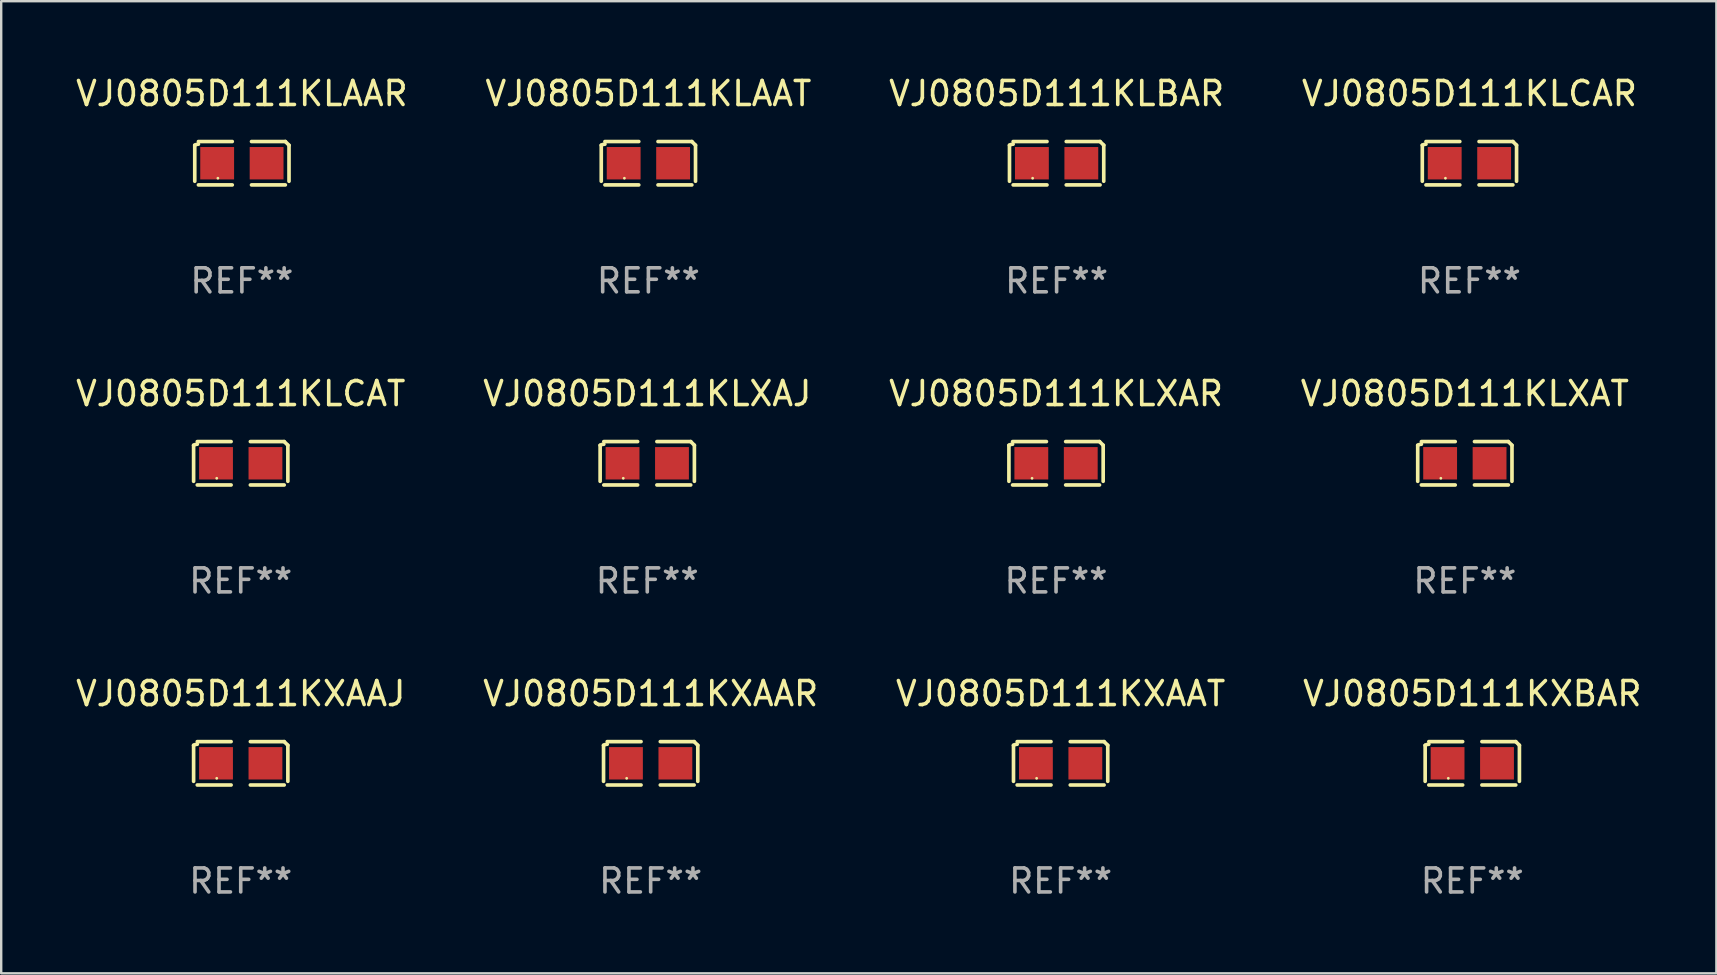
<source format=kicad_pcb>
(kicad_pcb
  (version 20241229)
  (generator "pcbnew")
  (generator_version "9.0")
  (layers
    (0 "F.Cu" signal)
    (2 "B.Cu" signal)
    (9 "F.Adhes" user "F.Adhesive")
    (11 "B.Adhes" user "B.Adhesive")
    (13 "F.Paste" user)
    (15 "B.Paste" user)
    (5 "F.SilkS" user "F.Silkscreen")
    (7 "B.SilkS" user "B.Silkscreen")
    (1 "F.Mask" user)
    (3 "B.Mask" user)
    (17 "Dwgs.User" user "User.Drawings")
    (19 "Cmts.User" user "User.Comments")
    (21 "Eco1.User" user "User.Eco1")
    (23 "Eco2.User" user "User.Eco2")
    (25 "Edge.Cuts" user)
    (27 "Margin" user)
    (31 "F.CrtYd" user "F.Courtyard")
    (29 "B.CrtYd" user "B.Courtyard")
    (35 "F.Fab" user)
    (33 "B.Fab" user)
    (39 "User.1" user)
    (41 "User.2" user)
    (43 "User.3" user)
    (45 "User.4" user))
  (footprint "VJ0805D111KXBAR"
    (layer "F.Cu")
    (at 58.304 28.759)
    (property "Reference" "VJ0805D111KXBAR" (at 0 -2.904 0) (layer "F.SilkS") (effects (font (size 1 1) (thickness 0.15))))
    (attr through_hole)
    (fp_line (start -1.964 0.751) (end -1.964 -0.751) (stroke (width 0.152) (type solid)) (layer "F.SilkS"))
    (fp_line (start -1.811 -0.904) (end -0.401 -0.904) (stroke (width 0.152) (type solid)) (layer "F.SilkS"))
    (fp_line (start -0.401 0.904) (end -1.811 0.904) (stroke (width 0.152) (type solid)) (layer "F.SilkS"))
    (fp_line (start 0.401 0.904) (end 1.811 0.904) (stroke (width 0.152) (type solid)) (layer "F.SilkS"))
    (fp_line (start 1.811 -0.904) (end 0.401 -0.904) (stroke (width 0.152) (type solid)) (layer "F.SilkS"))
    (fp_line (start 1.964 0.751) (end 1.964 -0.751) (stroke (width 0.152) (type solid)) (layer "F.SilkS"))
    (fp_arc (start -1.963602 -0.751207) (mid -1.890354 -0.783131) (end -1.811201 -0.794044) (stroke (width 0.1524) (type solid)) (layer "F.SilkS"))
    (fp_arc (start 1.811202 -0.903607) (mid 1.887413 -0.827418) (end 1.963602 -0.751207) (stroke (width 0.1524) (type solid)) (layer "F.SilkS"))
    (fp_circle (center -1 0.625) (end -0.97 0.625) (stroke (width 0.06) (type solid)) (fill no) (layer "F.SilkS"))
    (fp_text user "REF**" (at 0 4.904 0) (layer "F.Fab") (effects (font (size 1 1) (thickness 0.15))))
    (pad "1" smd rect (at -1.03 0) (size 1.41 1.35) (layers "F.Cu" "F.Mask" "F.Paste"))
    (pad "2" smd rect (at 1.03 0) (size 1.41 1.35) (layers "F.Cu" "F.Mask" "F.Paste")))
  (footprint "VJ0805D111KLXAR"
    (layer "F.Cu")
    (at 40.958 16.256)
    (property "Reference" "VJ0805D111KLXAR" (at 0 -2.904 0) (layer "F.SilkS") (effects (font (size 1 1) (thickness 0.15))))
    (attr through_hole)
    (fp_line (start -1.964 0.751) (end -1.964 -0.751) (stroke (width 0.152) (type solid)) (layer "F.SilkS"))
    (fp_line (start -1.811 -0.904) (end -0.401 -0.904) (stroke (width 0.152) (type solid)) (layer "F.SilkS"))
    (fp_line (start -0.401 0.904) (end -1.811 0.904) (stroke (width 0.152) (type solid)) (layer "F.SilkS"))
    (fp_line (start 0.401 0.904) (end 1.811 0.904) (stroke (width 0.152) (type solid)) (layer "F.SilkS"))
    (fp_line (start 1.811 -0.904) (end 0.401 -0.904) (stroke (width 0.152) (type solid)) (layer "F.SilkS"))
    (fp_line (start 1.964 0.751) (end 1.964 -0.751) (stroke (width 0.152) (type solid)) (layer "F.SilkS"))
    (fp_arc (start -1.963602 -0.751207) (mid -1.890354 -0.783131) (end -1.811201 -0.794044) (stroke (width 0.1524) (type solid)) (layer "F.SilkS"))
    (fp_arc (start 1.811202 -0.903607) (mid 1.887413 -0.827418) (end 1.963602 -0.751207) (stroke (width 0.1524) (type solid)) (layer "F.SilkS"))
    (fp_circle (center -1 0.625) (end -0.97 0.625) (stroke (width 0.06) (type solid)) (fill no) (layer "F.SilkS"))
    (fp_text user "REF**" (at 0 4.904 0) (layer "F.Fab") (effects (font (size 1 1) (thickness 0.15))))
    (pad "1" smd rect (at -1.03 0) (size 1.41 1.35) (layers "F.Cu" "F.Mask" "F.Paste"))
    (pad "2" smd rect (at 1.03 0) (size 1.41 1.35) (layers "F.Cu" "F.Mask" "F.Paste")))
  (footprint "VJ0805D111KXAAT"
    (layer "F.Cu")
    (at 41.149 28.759)
    (property "Reference" "VJ0805D111KXAAT" (at 0 -2.904 0) (layer "F.SilkS") (effects (font (size 1 1) (thickness 0.15))))
    (attr through_hole)
    (fp_line (start -1.964 0.751) (end -1.964 -0.751) (stroke (width 0.152) (type solid)) (layer "F.SilkS"))
    (fp_line (start -1.811 -0.904) (end -0.401 -0.904) (stroke (width 0.152) (type solid)) (layer "F.SilkS"))
    (fp_line (start -0.401 0.904) (end -1.811 0.904) (stroke (width 0.152) (type solid)) (layer "F.SilkS"))
    (fp_line (start 0.401 0.904) (end 1.811 0.904) (stroke (width 0.152) (type solid)) (layer "F.SilkS"))
    (fp_line (start 1.811 -0.904) (end 0.401 -0.904) (stroke (width 0.152) (type solid)) (layer "F.SilkS"))
    (fp_line (start 1.964 0.751) (end 1.964 -0.751) (stroke (width 0.152) (type solid)) (layer "F.SilkS"))
    (fp_arc (start -1.963602 -0.751207) (mid -1.890354 -0.783131) (end -1.811201 -0.794044) (stroke (width 0.1524) (type solid)) (layer "F.SilkS"))
    (fp_arc (start 1.811202 -0.903607) (mid 1.887413 -0.827418) (end 1.963602 -0.751207) (stroke (width 0.1524) (type solid)) (layer "F.SilkS"))
    (fp_circle (center -1 0.625) (end -0.97 0.625) (stroke (width 0.06) (type solid)) (fill no) (layer "F.SilkS"))
    (fp_text user "REF**" (at 0 4.904 0) (layer "F.Fab") (effects (font (size 1 1) (thickness 0.15))))
    (pad "1" smd rect (at -1.03 0) (size 1.41 1.35) (layers "F.Cu" "F.Mask" "F.Paste"))
    (pad "2" smd rect (at 1.03 0) (size 1.41 1.35) (layers "F.Cu" "F.Mask" "F.Paste")))
  (footprint "VJ0805D111KLXAT"
    (layer "F.Cu")
    (at 57.994 16.256)
    (property "Reference" "VJ0805D111KLXAT" (at 0 -2.904 0) (layer "F.SilkS") (effects (font (size 1 1) (thickness 0.15))))
    (attr through_hole)
    (fp_line (start -1.964 0.751) (end -1.964 -0.751) (stroke (width 0.152) (type solid)) (layer "F.SilkS"))
    (fp_line (start -1.811 -0.904) (end -0.401 -0.904) (stroke (width 0.152) (type solid)) (layer "F.SilkS"))
    (fp_line (start -0.401 0.904) (end -1.811 0.904) (stroke (width 0.152) (type solid)) (layer "F.SilkS"))
    (fp_line (start 0.401 0.904) (end 1.811 0.904) (stroke (width 0.152) (type solid)) (layer "F.SilkS"))
    (fp_line (start 1.811 -0.904) (end 0.401 -0.904) (stroke (width 0.152) (type solid)) (layer "F.SilkS"))
    (fp_line (start 1.964 0.751) (end 1.964 -0.751) (stroke (width 0.152) (type solid)) (layer "F.SilkS"))
    (fp_arc (start -1.963602 -0.751207) (mid -1.890354 -0.783131) (end -1.811201 -0.794044) (stroke (width 0.1524) (type solid)) (layer "F.SilkS"))
    (fp_arc (start 1.811202 -0.903607) (mid 1.887413 -0.827418) (end 1.963602 -0.751207) (stroke (width 0.1524) (type solid)) (layer "F.SilkS"))
    (fp_circle (center -1 0.625) (end -0.97 0.625) (stroke (width 0.06) (type solid)) (fill no) (layer "F.SilkS"))
    (fp_text user "REF**" (at 0 4.904 0) (layer "F.Fab") (effects (font (size 1 1) (thickness 0.15))))
    (pad "1" smd rect (at -1.03 0) (size 1.41 1.35) (layers "F.Cu" "F.Mask" "F.Paste"))
    (pad "2" smd rect (at 1.03 0) (size 1.41 1.35) (layers "F.Cu" "F.Mask" "F.Paste")))
  (footprint "VJ0805D111KLAAR"
    (layer "F.Cu")
    (at 7.03 3.752)
    (property "Reference" "VJ0805D111KLAAR" (at 0 -2.904 0) (layer "F.SilkS") (effects (font (size 1 1) (thickness 0.15))))
    (attr through_hole)
    (fp_line (start -1.964 0.751) (end -1.964 -0.751) (stroke (width 0.152) (type solid)) (layer "F.SilkS"))
    (fp_line (start -1.811 -0.904) (end -0.401 -0.904) (stroke (width 0.152) (type solid)) (layer "F.SilkS"))
    (fp_line (start -0.401 0.904) (end -1.811 0.904) (stroke (width 0.152) (type solid)) (layer "F.SilkS"))
    (fp_line (start 0.401 0.904) (end 1.811 0.904) (stroke (width 0.152) (type solid)) (layer "F.SilkS"))
    (fp_line (start 1.811 -0.904) (end 0.401 -0.904) (stroke (width 0.152) (type solid)) (layer "F.SilkS"))
    (fp_line (start 1.964 0.751) (end 1.964 -0.751) (stroke (width 0.152) (type solid)) (layer "F.SilkS"))
    (fp_arc (start -1.963602 -0.751207) (mid -1.890354 -0.783131) (end -1.811201 -0.794044) (stroke (width 0.1524) (type solid)) (layer "F.SilkS"))
    (fp_arc (start 1.811202 -0.903607) (mid 1.887413 -0.827418) (end 1.963602 -0.751207) (stroke (width 0.1524) (type solid)) (layer "F.SilkS"))
    (fp_circle (center -1 0.625) (end -0.97 0.625) (stroke (width 0.06) (type solid)) (fill no) (layer "F.SilkS"))
    (fp_text user "REF**" (at 0 4.904 0) (layer "F.Fab") (effects (font (size 1 1) (thickness 0.15))))
    (pad "1" smd rect (at -1.03 0) (size 1.41 1.35) (layers "F.Cu" "F.Mask" "F.Paste"))
    (pad "2" smd rect (at 1.03 0) (size 1.41 1.35) (layers "F.Cu" "F.Mask" "F.Paste")))
  (footprint "VJ0805D111KXAAJ"
    (layer "F.Cu")
    (at 6.982 28.759)
    (property "Reference" "VJ0805D111KXAAJ" (at 0 -2.904 0) (layer "F.SilkS") (effects (font (size 1 1) (thickness 0.15))))
    (attr through_hole)
    (fp_line (start -1.964 0.751) (end -1.964 -0.751) (stroke (width 0.152) (type solid)) (layer "F.SilkS"))
    (fp_line (start -1.811 -0.904) (end -0.401 -0.904) (stroke (width 0.152) (type solid)) (layer "F.SilkS"))
    (fp_line (start -0.401 0.904) (end -1.811 0.904) (stroke (width 0.152) (type solid)) (layer "F.SilkS"))
    (fp_line (start 0.401 0.904) (end 1.811 0.904) (stroke (width 0.152) (type solid)) (layer "F.SilkS"))
    (fp_line (start 1.811 -0.904) (end 0.401 -0.904) (stroke (width 0.152) (type solid)) (layer "F.SilkS"))
    (fp_line (start 1.964 0.751) (end 1.964 -0.751) (stroke (width 0.152) (type solid)) (layer "F.SilkS"))
    (fp_arc (start -1.963602 -0.751207) (mid -1.890354 -0.783131) (end -1.811201 -0.794044) (stroke (width 0.1524) (type solid)) (layer "F.SilkS"))
    (fp_arc (start 1.811202 -0.903607) (mid 1.887413 -0.827418) (end 1.963602 -0.751207) (stroke (width 0.1524) (type solid)) (layer "F.SilkS"))
    (fp_circle (center -1 0.625) (end -0.97 0.625) (stroke (width 0.06) (type solid)) (fill no) (layer "F.SilkS"))
    (fp_text user "REF**" (at 0 4.904 0) (layer "F.Fab") (effects (font (size 1 1) (thickness 0.15))))
    (pad "1" smd rect (at -1.03 0) (size 1.41 1.35) (layers "F.Cu" "F.Mask" "F.Paste"))
    (pad "2" smd rect (at 1.03 0) (size 1.41 1.35) (layers "F.Cu" "F.Mask" "F.Paste")))
  (footprint "VJ0805D111KLAAT"
    (layer "F.Cu")
    (at 23.97 3.752)
    (property "Reference" "VJ0805D111KLAAT" (at 0 -2.904 0) (layer "F.SilkS") (effects (font (size 1 1) (thickness 0.15))))
    (attr through_hole)
    (fp_line (start -1.964 0.751) (end -1.964 -0.751) (stroke (width 0.152) (type solid)) (layer "F.SilkS"))
    (fp_line (start -1.811 -0.904) (end -0.401 -0.904) (stroke (width 0.152) (type solid)) (layer "F.SilkS"))
    (fp_line (start -0.401 0.904) (end -1.811 0.904) (stroke (width 0.152) (type solid)) (layer "F.SilkS"))
    (fp_line (start 0.401 0.904) (end 1.811 0.904) (stroke (width 0.152) (type solid)) (layer "F.SilkS"))
    (fp_line (start 1.811 -0.904) (end 0.401 -0.904) (stroke (width 0.152) (type solid)) (layer "F.SilkS"))
    (fp_line (start 1.964 0.751) (end 1.964 -0.751) (stroke (width 0.152) (type solid)) (layer "F.SilkS"))
    (fp_arc (start -1.963602 -0.751207) (mid -1.890354 -0.783131) (end -1.811201 -0.794044) (stroke (width 0.1524) (type solid)) (layer "F.SilkS"))
    (fp_arc (start 1.811202 -0.903607) (mid 1.887413 -0.827418) (end 1.963602 -0.751207) (stroke (width 0.1524) (type solid)) (layer "F.SilkS"))
    (fp_circle (center -1 0.625) (end -0.97 0.625) (stroke (width 0.06) (type solid)) (fill no) (layer "F.SilkS"))
    (fp_text user "REF**" (at 0 4.904 0) (layer "F.Fab") (effects (font (size 1 1) (thickness 0.15))))
    (pad "1" smd rect (at -1.03 0) (size 1.41 1.35) (layers "F.Cu" "F.Mask" "F.Paste"))
    (pad "2" smd rect (at 1.03 0) (size 1.41 1.35) (layers "F.Cu" "F.Mask" "F.Paste")))
  (footprint "VJ0805D111KLCAT"
    (layer "F.Cu")
    (at 6.982 16.256)
    (property "Reference" "VJ0805D111KLCAT" (at 0 -2.904 0) (layer "F.SilkS") (effects (font (size 1 1) (thickness 0.15))))
    (attr through_hole)
    (fp_line (start -1.964 0.751) (end -1.964 -0.751) (stroke (width 0.152) (type solid)) (layer "F.SilkS"))
    (fp_line (start -1.811 -0.904) (end -0.401 -0.904) (stroke (width 0.152) (type solid)) (layer "F.SilkS"))
    (fp_line (start -0.401 0.904) (end -1.811 0.904) (stroke (width 0.152) (type solid)) (layer "F.SilkS"))
    (fp_line (start 0.401 0.904) (end 1.811 0.904) (stroke (width 0.152) (type solid)) (layer "F.SilkS"))
    (fp_line (start 1.811 -0.904) (end 0.401 -0.904) (stroke (width 0.152) (type solid)) (layer "F.SilkS"))
    (fp_line (start 1.964 0.751) (end 1.964 -0.751) (stroke (width 0.152) (type solid)) (layer "F.SilkS"))
    (fp_arc (start -1.963602 -0.751207) (mid -1.890354 -0.783131) (end -1.811201 -0.794044) (stroke (width 0.1524) (type solid)) (layer "F.SilkS"))
    (fp_arc (start 1.811202 -0.903607) (mid 1.887413 -0.827418) (end 1.963602 -0.751207) (stroke (width 0.1524) (type solid)) (layer "F.SilkS"))
    (fp_circle (center -1 0.625) (end -0.97 0.625) (stroke (width 0.06) (type solid)) (fill no) (layer "F.SilkS"))
    (fp_text user "REF**" (at 0 4.904 0) (layer "F.Fab") (effects (font (size 1 1) (thickness 0.15))))
    (pad "1" smd rect (at -1.03 0) (size 1.41 1.35) (layers "F.Cu" "F.Mask" "F.Paste"))
    (pad "2" smd rect (at 1.03 0) (size 1.41 1.35) (layers "F.Cu" "F.Mask" "F.Paste")))
  (footprint "VJ0805D111KLCAR"
    (layer "F.Cu")
    (at 58.185 3.752)
    (property "Reference" "VJ0805D111KLCAR" (at 0 -2.904 0) (layer "F.SilkS") (effects (font (size 1 1) (thickness 0.15))))
    (attr through_hole)
    (fp_line (start -1.964 0.751) (end -1.964 -0.751) (stroke (width 0.152) (type solid)) (layer "F.SilkS"))
    (fp_line (start -1.811 -0.904) (end -0.401 -0.904) (stroke (width 0.152) (type solid)) (layer "F.SilkS"))
    (fp_line (start -0.401 0.904) (end -1.811 0.904) (stroke (width 0.152) (type solid)) (layer "F.SilkS"))
    (fp_line (start 0.401 0.904) (end 1.811 0.904) (stroke (width 0.152) (type solid)) (layer "F.SilkS"))
    (fp_line (start 1.811 -0.904) (end 0.401 -0.904) (stroke (width 0.152) (type solid)) (layer "F.SilkS"))
    (fp_line (start 1.964 0.751) (end 1.964 -0.751) (stroke (width 0.152) (type solid)) (layer "F.SilkS"))
    (fp_arc (start -1.963602 -0.751207) (mid -1.890354 -0.783131) (end -1.811201 -0.794044) (stroke (width 0.1524) (type solid)) (layer "F.SilkS"))
    (fp_arc (start 1.811202 -0.903607) (mid 1.887413 -0.827418) (end 1.963602 -0.751207) (stroke (width 0.1524) (type solid)) (layer "F.SilkS"))
    (fp_circle (center -1 0.625) (end -0.97 0.625) (stroke (width 0.06) (type solid)) (fill no) (layer "F.SilkS"))
    (fp_text user "REF**" (at 0 4.904 0) (layer "F.Fab") (effects (font (size 1 1) (thickness 0.15))))
    (pad "1" smd rect (at -1.03 0) (size 1.41 1.35) (layers "F.Cu" "F.Mask" "F.Paste"))
    (pad "2" smd rect (at 1.03 0) (size 1.41 1.35) (layers "F.Cu" "F.Mask" "F.Paste")))
  (footprint "VJ0805D111KXAAR"
    (layer "F.Cu")
    (at 24.065 28.759)
    (property "Reference" "VJ0805D111KXAAR" (at 0 -2.904 0) (layer "F.SilkS") (effects (font (size 1 1) (thickness 0.15))))
    (attr through_hole)
    (fp_line (start -1.964 0.751) (end -1.964 -0.751) (stroke (width 0.152) (type solid)) (layer "F.SilkS"))
    (fp_line (start -1.811 -0.904) (end -0.401 -0.904) (stroke (width 0.152) (type solid)) (layer "F.SilkS"))
    (fp_line (start -0.401 0.904) (end -1.811 0.904) (stroke (width 0.152) (type solid)) (layer "F.SilkS"))
    (fp_line (start 0.401 0.904) (end 1.811 0.904) (stroke (width 0.152) (type solid)) (layer "F.SilkS"))
    (fp_line (start 1.811 -0.904) (end 0.401 -0.904) (stroke (width 0.152) (type solid)) (layer "F.SilkS"))
    (fp_line (start 1.964 0.751) (end 1.964 -0.751) (stroke (width 0.152) (type solid)) (layer "F.SilkS"))
    (fp_arc (start -1.963602 -0.751207) (mid -1.890354 -0.783131) (end -1.811201 -0.794044) (stroke (width 0.1524) (type solid)) (layer "F.SilkS"))
    (fp_arc (start 1.811202 -0.903607) (mid 1.887413 -0.827418) (end 1.963602 -0.751207) (stroke (width 0.1524) (type solid)) (layer "F.SilkS"))
    (fp_circle (center -1 0.625) (end -0.97 0.625) (stroke (width 0.06) (type solid)) (fill no) (layer "F.SilkS"))
    (fp_text user "REF**" (at 0 4.904 0) (layer "F.Fab") (effects (font (size 1 1) (thickness 0.15))))
    (pad "1" smd rect (at -1.03 0) (size 1.41 1.35) (layers "F.Cu" "F.Mask" "F.Paste"))
    (pad "2" smd rect (at 1.03 0) (size 1.41 1.35) (layers "F.Cu" "F.Mask" "F.Paste")))
  (footprint "VJ0805D111KLBAR"
    (layer "F.Cu")
    (at 40.982 3.752)
    (property "Reference" "VJ0805D111KLBAR" (at 0 -2.904 0) (layer "F.SilkS") (effects (font (size 1 1) (thickness 0.15))))
    (attr through_hole)
    (fp_line (start -1.964 0.751) (end -1.964 -0.751) (stroke (width 0.152) (type solid)) (layer "F.SilkS"))
    (fp_line (start -1.811 -0.904) (end -0.401 -0.904) (stroke (width 0.152) (type solid)) (layer "F.SilkS"))
    (fp_line (start -0.401 0.904) (end -1.811 0.904) (stroke (width 0.152) (type solid)) (layer "F.SilkS"))
    (fp_line (start 0.401 0.904) (end 1.811 0.904) (stroke (width 0.152) (type solid)) (layer "F.SilkS"))
    (fp_line (start 1.811 -0.904) (end 0.401 -0.904) (stroke (width 0.152) (type solid)) (layer "F.SilkS"))
    (fp_line (start 1.964 0.751) (end 1.964 -0.751) (stroke (width 0.152) (type solid)) (layer "F.SilkS"))
    (fp_arc (start -1.963602 -0.751207) (mid -1.890354 -0.783131) (end -1.811201 -0.794044) (stroke (width 0.1524) (type solid)) (layer "F.SilkS"))
    (fp_arc (start 1.811202 -0.903607) (mid 1.887413 -0.827418) (end 1.963602 -0.751207) (stroke (width 0.1524) (type solid)) (layer "F.SilkS"))
    (fp_circle (center -1 0.625) (end -0.97 0.625) (stroke (width 0.06) (type solid)) (fill no) (layer "F.SilkS"))
    (fp_text user "REF**" (at 0 4.904 0) (layer "F.Fab") (effects (font (size 1 1) (thickness 0.15))))
    (pad "1" smd rect (at -1.03 0) (size 1.41 1.35) (layers "F.Cu" "F.Mask" "F.Paste"))
    (pad "2" smd rect (at 1.03 0) (size 1.41 1.35) (layers "F.Cu" "F.Mask" "F.Paste")))
  (footprint "VJ0805D111KLXAJ"
    (layer "F.Cu")
    (at 23.923 16.256)
    (property "Reference" "VJ0805D111KLXAJ" (at 0 -2.904 0) (layer "F.SilkS") (effects (font (size 1 1) (thickness 0.15))))
    (attr through_hole)
    (fp_line (start -1.964 0.751) (end -1.964 -0.751) (stroke (width 0.152) (type solid)) (layer "F.SilkS"))
    (fp_line (start -1.811 -0.904) (end -0.401 -0.904) (stroke (width 0.152) (type solid)) (layer "F.SilkS"))
    (fp_line (start -0.401 0.904) (end -1.811 0.904) (stroke (width 0.152) (type solid)) (layer "F.SilkS"))
    (fp_line (start 0.401 0.904) (end 1.811 0.904) (stroke (width 0.152) (type solid)) (layer "F.SilkS"))
    (fp_line (start 1.811 -0.904) (end 0.401 -0.904) (stroke (width 0.152) (type solid)) (layer "F.SilkS"))
    (fp_line (start 1.964 0.751) (end 1.964 -0.751) (stroke (width 0.152) (type solid)) (layer "F.SilkS"))
    (fp_arc (start -1.963602 -0.751207) (mid -1.890354 -0.783131) (end -1.811201 -0.794044) (stroke (width 0.1524) (type solid)) (layer "F.SilkS"))
    (fp_arc (start 1.811202 -0.903607) (mid 1.887413 -0.827418) (end 1.963602 -0.751207) (stroke (width 0.1524) (type solid)) (layer "F.SilkS"))
    (fp_circle (center -1 0.625) (end -0.97 0.625) (stroke (width 0.06) (type solid)) (fill no) (layer "F.SilkS"))
    (fp_text user "REF**" (at 0 4.904 0) (layer "F.Fab") (effects (font (size 1 1) (thickness 0.15))))
    (pad "1" smd rect (at -1.03 0) (size 1.41 1.35) (layers "F.Cu" "F.Mask" "F.Paste"))
    (pad "2" smd rect (at 1.03 0) (size 1.41 1.35) (layers "F.Cu" "F.Mask" "F.Paste")))
  (gr_rect
    (start -3 -3)
    (end 68.476 37.511)
    (stroke (width 0.1) (type default))
    (fill no)
    (layer "Edge.Cuts")))
</source>
